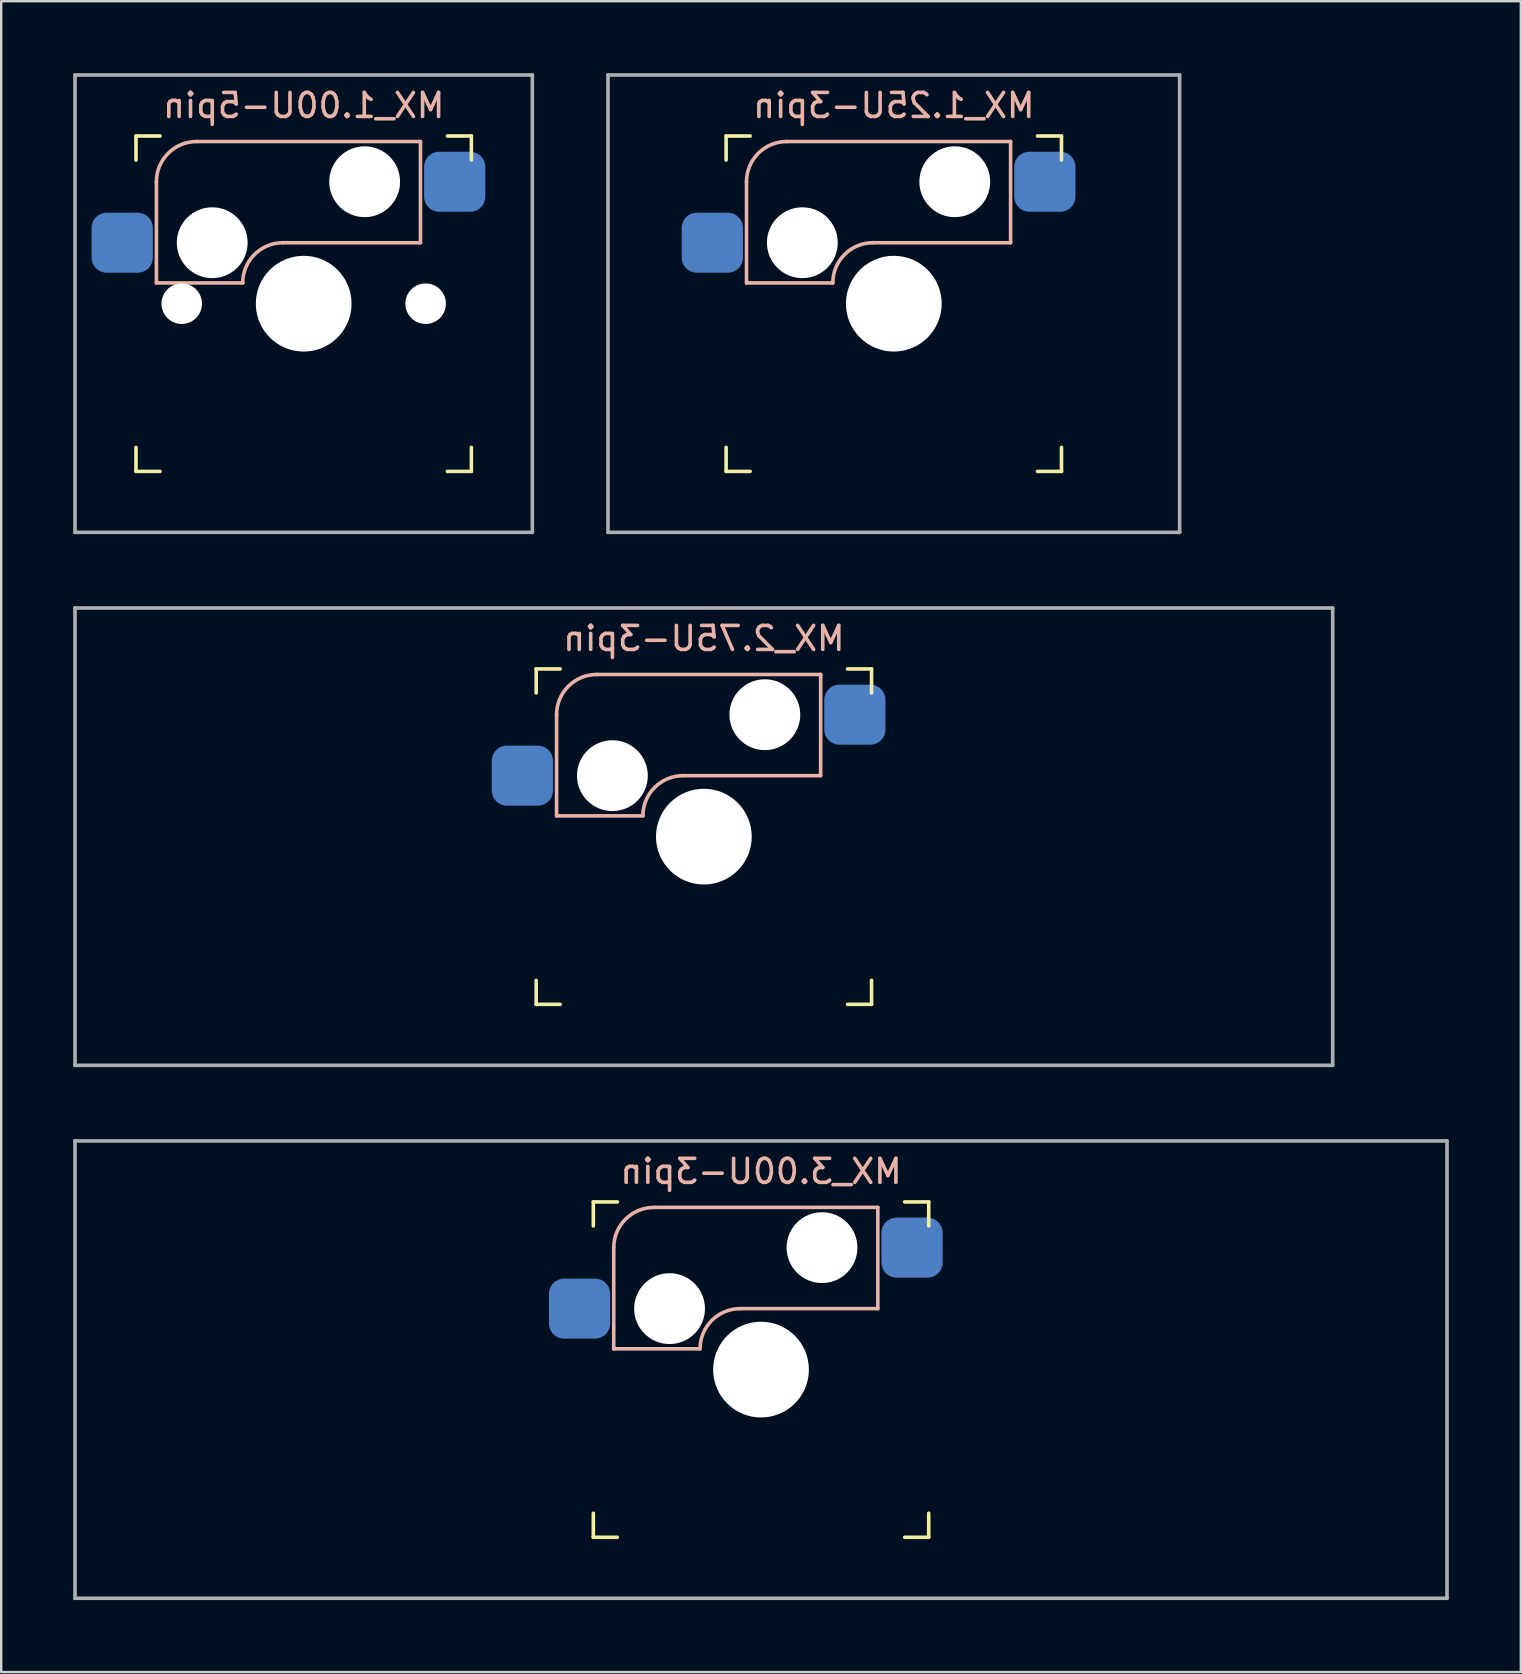
<source format=kicad_pcb>
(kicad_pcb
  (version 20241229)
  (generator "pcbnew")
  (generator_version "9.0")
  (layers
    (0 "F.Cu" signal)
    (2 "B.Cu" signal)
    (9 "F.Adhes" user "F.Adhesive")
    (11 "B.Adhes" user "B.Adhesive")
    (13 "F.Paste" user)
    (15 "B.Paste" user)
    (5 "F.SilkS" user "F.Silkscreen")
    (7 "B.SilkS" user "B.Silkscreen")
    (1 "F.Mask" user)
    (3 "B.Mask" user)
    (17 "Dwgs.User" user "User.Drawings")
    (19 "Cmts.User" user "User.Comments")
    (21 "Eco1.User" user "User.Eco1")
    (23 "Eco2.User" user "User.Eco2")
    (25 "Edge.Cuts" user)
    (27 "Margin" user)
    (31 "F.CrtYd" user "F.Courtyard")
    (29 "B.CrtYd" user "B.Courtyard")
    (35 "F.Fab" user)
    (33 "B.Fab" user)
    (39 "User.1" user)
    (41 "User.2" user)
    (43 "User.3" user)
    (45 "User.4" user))
  (footprint "MX_1.25U-3pin"
    (layer "F.Cu")
    (at 34.181 9.6)
    (property "Reference" "MX_1.25U-3pin" (at 0 -8.255 0) (layer "B.SilkS") (effects (font (size 1 1) (thickness 0.15)) (justify mirror)))
    (attr smd)
    (fp_line (start -6.985 -5.985) (end -6.985 -6.985) (stroke (width 0.15) (type solid)) (layer "F.SilkS"))
    (fp_line (start -6.985 6.985) (end -6.985 5.985) (stroke (width 0.15) (type solid)) (layer "F.SilkS"))
    (fp_line (start -6.985 6.985) (end -5.985 6.985) (stroke (width 0.15) (type solid)) (layer "F.SilkS"))
    (fp_line (start -5.985 -6.985) (end -6.985 -6.985) (stroke (width 0.15) (type solid)) (layer "F.SilkS"))
    (fp_line (start 5.985 6.985) (end 6.985 6.985) (stroke (width 0.15) (type solid)) (layer "F.SilkS"))
    (fp_line (start 6.985 -6.985) (end 5.985 -6.985) (stroke (width 0.15) (type solid)) (layer "F.SilkS"))
    (fp_line (start 6.985 -6.985) (end 6.985 -5.985) (stroke (width 0.15) (type solid)) (layer "F.SilkS"))
    (fp_line (start 6.985 5.985) (end 6.985 6.985) (stroke (width 0.15) (type solid)) (layer "F.SilkS"))
    (fp_line (start -6.135 -5.08) (end -6.135 -0.865) (stroke (width 0.15) (type solid)) (layer "B.SilkS"))
    (fp_line (start -6.135 -0.865) (end -2.54 -0.865) (stroke (width 0.15) (type solid)) (layer "B.SilkS"))
    (fp_line (start -4.46 -6.755) (end 4.865 -6.755) (stroke (width 0.15) (type solid)) (layer "B.SilkS"))
    (fp_line (start -0.865 -2.54) (end 4.865 -2.54) (stroke (width 0.15) (type solid)) (layer "B.SilkS"))
    (fp_line (start 4.865 -6.755) (end 4.865 -2.54) (stroke (width 0.15) (type solid)) (layer "B.SilkS"))
    (fp_arc (start -6.135 -5.08) (mid -5.644404 -6.264404) (end -4.46 -6.755) (stroke (width 0.15) (type solid)) (layer "B.SilkS"))
    (fp_arc (start -2.54 -0.865) (mid -2.049404 -2.049404) (end -0.865 -2.54) (stroke (width 0.15) (type solid)) (layer "B.SilkS"))
    (fp_line (start -6.985 6.985) (end -6.985 -6.985) (stroke (width 0.15) (type solid)) (layer "Eco2.User"))
    (fp_line (start -6.985 6.985) (end 6.985 6.985) (stroke (width 0.15) (type solid)) (layer "Eco2.User"))
    (fp_line (start 6.985 -6.985) (end -6.985 -6.985) (stroke (width 0.15) (type solid)) (layer "Eco2.User"))
    (fp_line (start 6.985 -6.985) (end 6.985 6.985) (stroke (width 0.15) (type solid)) (layer "Eco2.User"))
    (fp_line (start -11.906 -9.525) (end 11.906 -9.525) (stroke (width 0.15) (type solid)) (layer "F.Fab"))
    (fp_line (start -11.906 9.525) (end -11.906 -9.525) (stroke (width 0.15) (type solid)) (layer "F.Fab"))
    (fp_line (start 11.906 -9.525) (end 11.906 9.525) (stroke (width 0.15) (type solid)) (layer "F.Fab"))
    (fp_line (start 11.906 9.525) (end -11.906 9.525) (stroke (width 0.15) (type solid)) (layer "F.Fab"))
    (pad "" np_thru_hole circle (at -3.81 -2.54) (size 2.95 2.95) (drill 2.95) (layers "*.Cu" "*.Mask"))
    (pad "" np_thru_hole circle (at 0 0) (size 3.988 3.988) (drill 3.988) (layers "*.Cu" "*.Mask"))
    (pad "" np_thru_hole circle (at 2.54 -5.08) (size 2.95 2.95) (drill 2.95) (layers "*.Cu" "*.Mask"))
    (pad "1" smd roundrect (at 6.29 -5.08) (size 2.55 2.5) (layers "B.Cu" "B.Mask" "B.Paste") (roundrect_rratio 0.25))
    (pad "2" smd roundrect (at -7.56 -2.54) (size 2.55 2.5) (layers "B.Cu" "B.Mask" "B.Paste") (roundrect_rratio 0.25)))
  (footprint "MX_1.00U-5pin"
    (layer "F.Cu")
    (at 9.6 9.6)
    (property "Reference" "MX_1.00U-5pin" (at 0 -8.255 0) (layer "B.SilkS") (effects (font (size 1 1) (thickness 0.15)) (justify mirror)))
    (attr smd)
    (fp_line (start -6.985 -5.985) (end -6.985 -6.985) (stroke (width 0.15) (type solid)) (layer "F.SilkS"))
    (fp_line (start -6.985 6.985) (end -6.985 5.985) (stroke (width 0.15) (type solid)) (layer "F.SilkS"))
    (fp_line (start -6.985 6.985) (end -5.985 6.985) (stroke (width 0.15) (type solid)) (layer "F.SilkS"))
    (fp_line (start -5.985 -6.985) (end -6.985 -6.985) (stroke (width 0.15) (type solid)) (layer "F.SilkS"))
    (fp_line (start 5.985 6.985) (end 6.985 6.985) (stroke (width 0.15) (type solid)) (layer "F.SilkS"))
    (fp_line (start 6.985 -6.985) (end 5.985 -6.985) (stroke (width 0.15) (type solid)) (layer "F.SilkS"))
    (fp_line (start 6.985 -6.985) (end 6.985 -5.985) (stroke (width 0.15) (type solid)) (layer "F.SilkS"))
    (fp_line (start 6.985 5.985) (end 6.985 6.985) (stroke (width 0.15) (type solid)) (layer "F.SilkS"))
    (fp_line (start -6.135 -5.08) (end -6.135 -0.865) (stroke (width 0.15) (type solid)) (layer "B.SilkS"))
    (fp_line (start -6.135 -0.865) (end -2.54 -0.865) (stroke (width 0.15) (type solid)) (layer "B.SilkS"))
    (fp_line (start -4.46 -6.755) (end 4.865 -6.755) (stroke (width 0.15) (type solid)) (layer "B.SilkS"))
    (fp_line (start -0.865 -2.54) (end 4.865 -2.54) (stroke (width 0.15) (type solid)) (layer "B.SilkS"))
    (fp_line (start 4.865 -6.755) (end 4.865 -2.54) (stroke (width 0.15) (type solid)) (layer "B.SilkS"))
    (fp_arc (start -6.135 -5.08) (mid -5.644404 -6.264404) (end -4.46 -6.755) (stroke (width 0.15) (type solid)) (layer "B.SilkS"))
    (fp_arc (start -2.54 -0.865) (mid -2.049404 -2.049404) (end -0.865 -2.54) (stroke (width 0.15) (type solid)) (layer "B.SilkS"))
    (fp_line (start -6.985 6.985) (end -6.985 -6.985) (stroke (width 0.15) (type solid)) (layer "Eco2.User"))
    (fp_line (start -6.985 6.985) (end 6.985 6.985) (stroke (width 0.15) (type solid)) (layer "Eco2.User"))
    (fp_line (start 6.985 -6.985) (end -6.985 -6.985) (stroke (width 0.15) (type solid)) (layer "Eco2.User"))
    (fp_line (start 6.985 -6.985) (end 6.985 6.985) (stroke (width 0.15) (type solid)) (layer "Eco2.User"))
    (fp_line (start -9.525 -9.525) (end 9.525 -9.525) (stroke (width 0.15) (type solid)) (layer "F.Fab"))
    (fp_line (start -9.525 9.525) (end -9.525 -9.525) (stroke (width 0.15) (type solid)) (layer "F.Fab"))
    (fp_line (start 9.525 -9.525) (end 9.525 9.525) (stroke (width 0.15) (type solid)) (layer "F.Fab"))
    (fp_line (start 9.525 9.525) (end -9.525 9.525) (stroke (width 0.15) (type solid)) (layer "F.Fab"))
    (pad "" np_thru_hole circle (at -5.08 0) (size 1.688 1.688) (drill 1.688) (layers "*.Cu" "*.Mask"))
    (pad "" np_thru_hole circle (at -3.81 -2.54) (size 2.95 2.95) (drill 2.95) (layers "*.Cu" "*.Mask"))
    (pad "" np_thru_hole circle (at 0 0) (size 3.988 3.988) (drill 3.988) (layers "*.Cu" "*.Mask"))
    (pad "" np_thru_hole circle (at 2.54 -5.08) (size 2.95 2.95) (drill 2.95) (layers "*.Cu" "*.Mask"))
    (pad "" np_thru_hole circle (at 5.08 0) (size 1.688 1.688) (drill 1.688) (layers "*.Cu" "*.Mask"))
    (pad "1" smd roundrect (at 6.29 -5.08) (size 2.55 2.5) (layers "B.Cu" "B.Mask" "B.Paste") (roundrect_rratio 0.25))
    (pad "2" smd roundrect (at -7.56 -2.54) (size 2.55 2.5) (layers "B.Cu" "B.Mask" "B.Paste") (roundrect_rratio 0.25)))
  (footprint "MX_3.00U-3pin"
    (layer "F.Cu")
    (at 28.65 54)
    (property "Reference" "MX_3.00U-3pin" (at 0 -8.255 0) (layer "B.SilkS") (effects (font (size 1 1) (thickness 0.15)) (justify mirror)))
    (attr smd)
    (fp_line (start -6.985 -5.985) (end -6.985 -6.985) (stroke (width 0.15) (type solid)) (layer "F.SilkS"))
    (fp_line (start -6.985 6.985) (end -6.985 5.985) (stroke (width 0.15) (type solid)) (layer "F.SilkS"))
    (fp_line (start -6.985 6.985) (end -5.985 6.985) (stroke (width 0.15) (type solid)) (layer "F.SilkS"))
    (fp_line (start -5.985 -6.985) (end -6.985 -6.985) (stroke (width 0.15) (type solid)) (layer "F.SilkS"))
    (fp_line (start 5.985 6.985) (end 6.985 6.985) (stroke (width 0.15) (type solid)) (layer "F.SilkS"))
    (fp_line (start 6.985 -6.985) (end 5.985 -6.985) (stroke (width 0.15) (type solid)) (layer "F.SilkS"))
    (fp_line (start 6.985 -6.985) (end 6.985 -5.985) (stroke (width 0.15) (type solid)) (layer "F.SilkS"))
    (fp_line (start 6.985 5.985) (end 6.985 6.985) (stroke (width 0.15) (type solid)) (layer "F.SilkS"))
    (fp_line (start -6.135 -5.08) (end -6.135 -0.865) (stroke (width 0.15) (type solid)) (layer "B.SilkS"))
    (fp_line (start -6.135 -0.865) (end -2.54 -0.865) (stroke (width 0.15) (type solid)) (layer "B.SilkS"))
    (fp_line (start -4.46 -6.755) (end 4.865 -6.755) (stroke (width 0.15) (type solid)) (layer "B.SilkS"))
    (fp_line (start -0.865 -2.54) (end 4.865 -2.54) (stroke (width 0.15) (type solid)) (layer "B.SilkS"))
    (fp_line (start 4.865 -6.755) (end 4.865 -2.54) (stroke (width 0.15) (type solid)) (layer "B.SilkS"))
    (fp_arc (start -6.135 -5.08) (mid -5.644404 -6.264404) (end -4.46 -6.755) (stroke (width 0.15) (type solid)) (layer "B.SilkS"))
    (fp_arc (start -2.54 -0.865) (mid -2.049404 -2.049404) (end -0.865 -2.54) (stroke (width 0.15) (type solid)) (layer "B.SilkS"))
    (fp_line (start -6.985 6.985) (end -6.985 -6.985) (stroke (width 0.15) (type solid)) (layer "Eco2.User"))
    (fp_line (start -6.985 6.985) (end 6.985 6.985) (stroke (width 0.15) (type solid)) (layer "Eco2.User"))
    (fp_line (start 6.985 -6.985) (end -6.985 -6.985) (stroke (width 0.15) (type solid)) (layer "Eco2.User"))
    (fp_line (start 6.985 -6.985) (end 6.985 6.985) (stroke (width 0.15) (type solid)) (layer "Eco2.User"))
    (fp_line (start -28.575 -9.525) (end 28.575 -9.525) (stroke (width 0.15) (type solid)) (layer "F.Fab"))
    (fp_line (start -28.575 9.525) (end -28.575 -9.525) (stroke (width 0.15) (type solid)) (layer "F.Fab"))
    (fp_line (start 28.575 -9.525) (end 28.575 9.525) (stroke (width 0.15) (type solid)) (layer "F.Fab"))
    (fp_line (start 28.575 9.525) (end -28.575 9.525) (stroke (width 0.15) (type solid)) (layer "F.Fab"))
    (pad "" np_thru_hole circle (at -3.81 -2.54) (size 2.95 2.95) (drill 2.95) (layers "*.Cu" "*.Mask"))
    (pad "" np_thru_hole circle (at 0 0) (size 3.988 3.988) (drill 3.988) (layers "*.Cu" "*.Mask"))
    (pad "" np_thru_hole circle (at 2.54 -5.08) (size 2.95 2.95) (drill 2.95) (layers "*.Cu" "*.Mask"))
    (pad "1" smd roundrect (at 6.29 -5.08) (size 2.55 2.5) (layers "B.Cu" "B.Mask" "B.Paste") (roundrect_rratio 0.25))
    (pad "2" smd roundrect (at -7.56 -2.54) (size 2.55 2.5) (layers "B.Cu" "B.Mask" "B.Paste") (roundrect_rratio 0.25)))
  (footprint "MX_2.75U-3pin"
    (layer "F.Cu")
    (at 26.269 31.8)
    (property "Reference" "MX_2.75U-3pin" (at 0 -8.255 0) (layer "B.SilkS") (effects (font (size 1 1) (thickness 0.15)) (justify mirror)))
    (attr smd)
    (fp_line (start -6.985 -5.985) (end -6.985 -6.985) (stroke (width 0.15) (type solid)) (layer "F.SilkS"))
    (fp_line (start -6.985 6.985) (end -6.985 5.985) (stroke (width 0.15) (type solid)) (layer "F.SilkS"))
    (fp_line (start -6.985 6.985) (end -5.985 6.985) (stroke (width 0.15) (type solid)) (layer "F.SilkS"))
    (fp_line (start -5.985 -6.985) (end -6.985 -6.985) (stroke (width 0.15) (type solid)) (layer "F.SilkS"))
    (fp_line (start 5.985 6.985) (end 6.985 6.985) (stroke (width 0.15) (type solid)) (layer "F.SilkS"))
    (fp_line (start 6.985 -6.985) (end 5.985 -6.985) (stroke (width 0.15) (type solid)) (layer "F.SilkS"))
    (fp_line (start 6.985 -6.985) (end 6.985 -5.985) (stroke (width 0.15) (type solid)) (layer "F.SilkS"))
    (fp_line (start 6.985 5.985) (end 6.985 6.985) (stroke (width 0.15) (type solid)) (layer "F.SilkS"))
    (fp_line (start -6.135 -5.08) (end -6.135 -0.865) (stroke (width 0.15) (type solid)) (layer "B.SilkS"))
    (fp_line (start -6.135 -0.865) (end -2.54 -0.865) (stroke (width 0.15) (type solid)) (layer "B.SilkS"))
    (fp_line (start -4.46 -6.755) (end 4.865 -6.755) (stroke (width 0.15) (type solid)) (layer "B.SilkS"))
    (fp_line (start -0.865 -2.54) (end 4.865 -2.54) (stroke (width 0.15) (type solid)) (layer "B.SilkS"))
    (fp_line (start 4.865 -6.755) (end 4.865 -2.54) (stroke (width 0.15) (type solid)) (layer "B.SilkS"))
    (fp_arc (start -6.135 -5.08) (mid -5.644404 -6.264404) (end -4.46 -6.755) (stroke (width 0.15) (type solid)) (layer "B.SilkS"))
    (fp_arc (start -2.54 -0.865) (mid -2.049404 -2.049404) (end -0.865 -2.54) (stroke (width 0.15) (type solid)) (layer "B.SilkS"))
    (fp_line (start -6.985 6.985) (end -6.985 -6.985) (stroke (width 0.15) (type solid)) (layer "Eco2.User"))
    (fp_line (start -6.985 6.985) (end 6.985 6.985) (stroke (width 0.15) (type solid)) (layer "Eco2.User"))
    (fp_line (start 6.985 -6.985) (end -6.985 -6.985) (stroke (width 0.15) (type solid)) (layer "Eco2.User"))
    (fp_line (start 6.985 -6.985) (end 6.985 6.985) (stroke (width 0.15) (type solid)) (layer "Eco2.User"))
    (fp_line (start -26.194 -9.525) (end 26.194 -9.525) (stroke (width 0.15) (type solid)) (layer "F.Fab"))
    (fp_line (start -26.194 9.525) (end -26.194 -9.525) (stroke (width 0.15) (type solid)) (layer "F.Fab"))
    (fp_line (start 26.194 -9.525) (end 26.194 9.525) (stroke (width 0.15) (type solid)) (layer "F.Fab"))
    (fp_line (start 26.194 9.525) (end -26.194 9.525) (stroke (width 0.15) (type solid)) (layer "F.Fab"))
    (pad "" np_thru_hole circle (at -3.81 -2.54) (size 2.95 2.95) (drill 2.95) (layers "*.Cu" "*.Mask"))
    (pad "" np_thru_hole circle (at 0 0) (size 3.988 3.988) (drill 3.988) (layers "*.Cu" "*.Mask"))
    (pad "" np_thru_hole circle (at 2.54 -5.08) (size 2.95 2.95) (drill 2.95) (layers "*.Cu" "*.Mask"))
    (pad "1" smd roundrect (at 6.29 -5.08) (size 2.55 2.5) (layers "B.Cu" "B.Mask" "B.Paste") (roundrect_rratio 0.25))
    (pad "2" smd roundrect (at -7.56 -2.54) (size 2.55 2.5) (layers "B.Cu" "B.Mask" "B.Paste") (roundrect_rratio 0.25)))
  (gr_rect
    (start -3 -3)
    (end 60.3 66.6)
    (stroke (width 0.1) (type default))
    (fill no)
    (layer "Edge.Cuts")))
</source>
